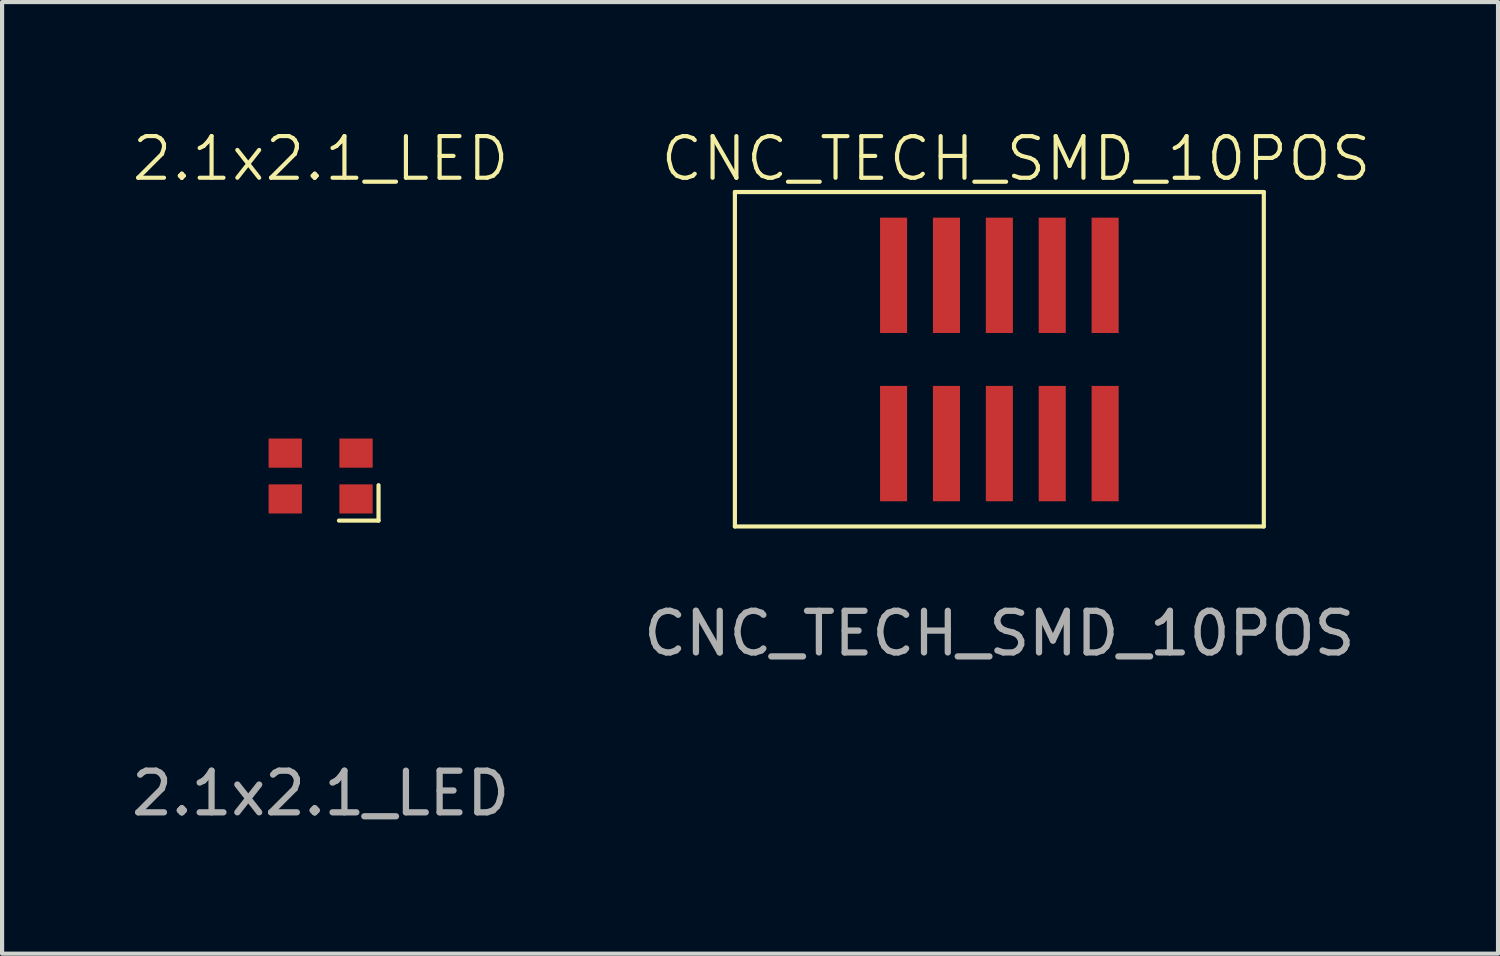
<source format=kicad_pcb>
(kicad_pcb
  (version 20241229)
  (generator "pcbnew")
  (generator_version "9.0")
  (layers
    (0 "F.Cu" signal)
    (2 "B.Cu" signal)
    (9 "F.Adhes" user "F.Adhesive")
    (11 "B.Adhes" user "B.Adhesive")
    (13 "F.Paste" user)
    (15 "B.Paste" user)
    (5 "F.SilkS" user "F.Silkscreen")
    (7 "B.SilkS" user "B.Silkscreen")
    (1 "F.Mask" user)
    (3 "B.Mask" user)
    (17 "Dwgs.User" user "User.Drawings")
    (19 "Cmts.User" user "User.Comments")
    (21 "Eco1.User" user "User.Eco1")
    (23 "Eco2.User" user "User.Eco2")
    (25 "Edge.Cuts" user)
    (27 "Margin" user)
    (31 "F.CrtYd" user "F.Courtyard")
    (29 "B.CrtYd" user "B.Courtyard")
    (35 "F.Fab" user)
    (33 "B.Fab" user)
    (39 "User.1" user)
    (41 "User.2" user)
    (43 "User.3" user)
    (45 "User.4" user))
  (footprint "2.1x2.1_LED"
    (layer "F.Cu")
    (at 4.649 8.38)
    (property "Reference" "2.1x2.1_LED" (at 0 -7.62 0) (unlocked yes) (layer "F.SilkS") (effects (font (size 1 1) (thickness 0.1))))
    (attr smd)
    (fp_line (start 0.44 1.07) (end 1.39 1.07) (stroke (width 0.1) (type default)) (layer "F.SilkS"))
    (fp_line (start 1.39 0.22) (end 1.39 1.07) (stroke (width 0.1) (type default)) (layer "F.SilkS"))
    (fp_text user "${REFERENCE}" (at 0 7.62 0) (unlocked yes) (layer "F.Fab") (effects (font (size 1 1) (thickness 0.15))))
    (pad "1" smd rect (at 0.85 0.55) (size 0.8 0.7) (layers "F.Cu" "F.Mask" "F.Paste"))
    (pad "2" smd rect (at -0.85 0.55) (size 0.8 0.7) (layers "F.Cu" "F.Mask" "F.Paste"))
    (pad "3" smd rect (at -0.85 -0.55) (size 0.8 0.7) (layers "F.Cu" "F.Mask" "F.Paste"))
    (pad "4" smd rect (at 0.85 -0.55) (size 0.8 0.7) (layers "F.Cu" "F.Mask" "F.Paste")))
  (footprint "CNC_TECH_SMD_10POS"
    (layer "F.Cu")
    (at 20.946 3.561)
    (property "Reference" "CNC_TECH_SMD_10POS" (at 0.4 -2.8 0) (unlocked yes) (layer "F.SilkS") (effects (font (size 1 1) (thickness 0.1))))
    (attr smd)
    (fp_line (start -6.35 -2) (end 6.35 -2) (stroke (width 0.1) (type default)) (layer "F.SilkS"))
    (fp_line (start -6.35 6.03) (end -6.35 -2) (stroke (width 0.1) (type default)) (layer "F.SilkS"))
    (fp_line (start 6.35 -2) (end 6.35 6.03) (stroke (width 0.1) (type default)) (layer "F.SilkS"))
    (fp_line (start 6.35 6.03) (end -6.35 6.03) (stroke (width 0.1) (type default)) (layer "F.SilkS"))
    (fp_text user "${REFERENCE}" (at 0 8.6 0) (unlocked yes) (layer "F.Fab") (effects (font (size 1 1) (thickness 0.15))))
    (pad "1" smd rect (at -2.54 0) (size 0.65 2.77) (layers "F.Cu" "F.Mask"))
    (pad "2" smd rect (at -1.27 0) (size 0.65 2.77) (layers "F.Cu" "F.Mask"))
    (pad "3" smd rect (at 0 0) (size 0.65 2.77) (layers "F.Cu" "F.Mask"))
    (pad "4" smd rect (at 1.27 0) (size 0.65 2.77) (layers "F.Cu" "F.Mask"))
    (pad "5" smd rect (at 2.54 0) (size 0.65 2.77) (layers "F.Cu" "F.Mask"))
    (pad "6" smd rect (at -2.54 4.04) (size 0.65 2.77) (layers "F.Cu" "F.Mask"))
    (pad "7" smd rect (at -1.27 4.04) (size 0.65 2.77) (layers "F.Cu" "F.Mask"))
    (pad "8" smd rect (at 0 4.04) (size 0.65 2.77) (layers "F.Cu" "F.Mask"))
    (pad "9" smd rect (at 1.27 4.04) (size 0.65 2.77) (layers "F.Cu" "F.Mask"))
    (pad "10" smd rect (at 2.54 4.04) (size 0.65 2.77) (layers "F.Cu" "F.Mask")))
  (gr_rect
    (start -3 -3)
    (end 32.92 19.849)
    (stroke (width 0.1) (type default))
    (fill no)
    (layer "Edge.Cuts")))
</source>
